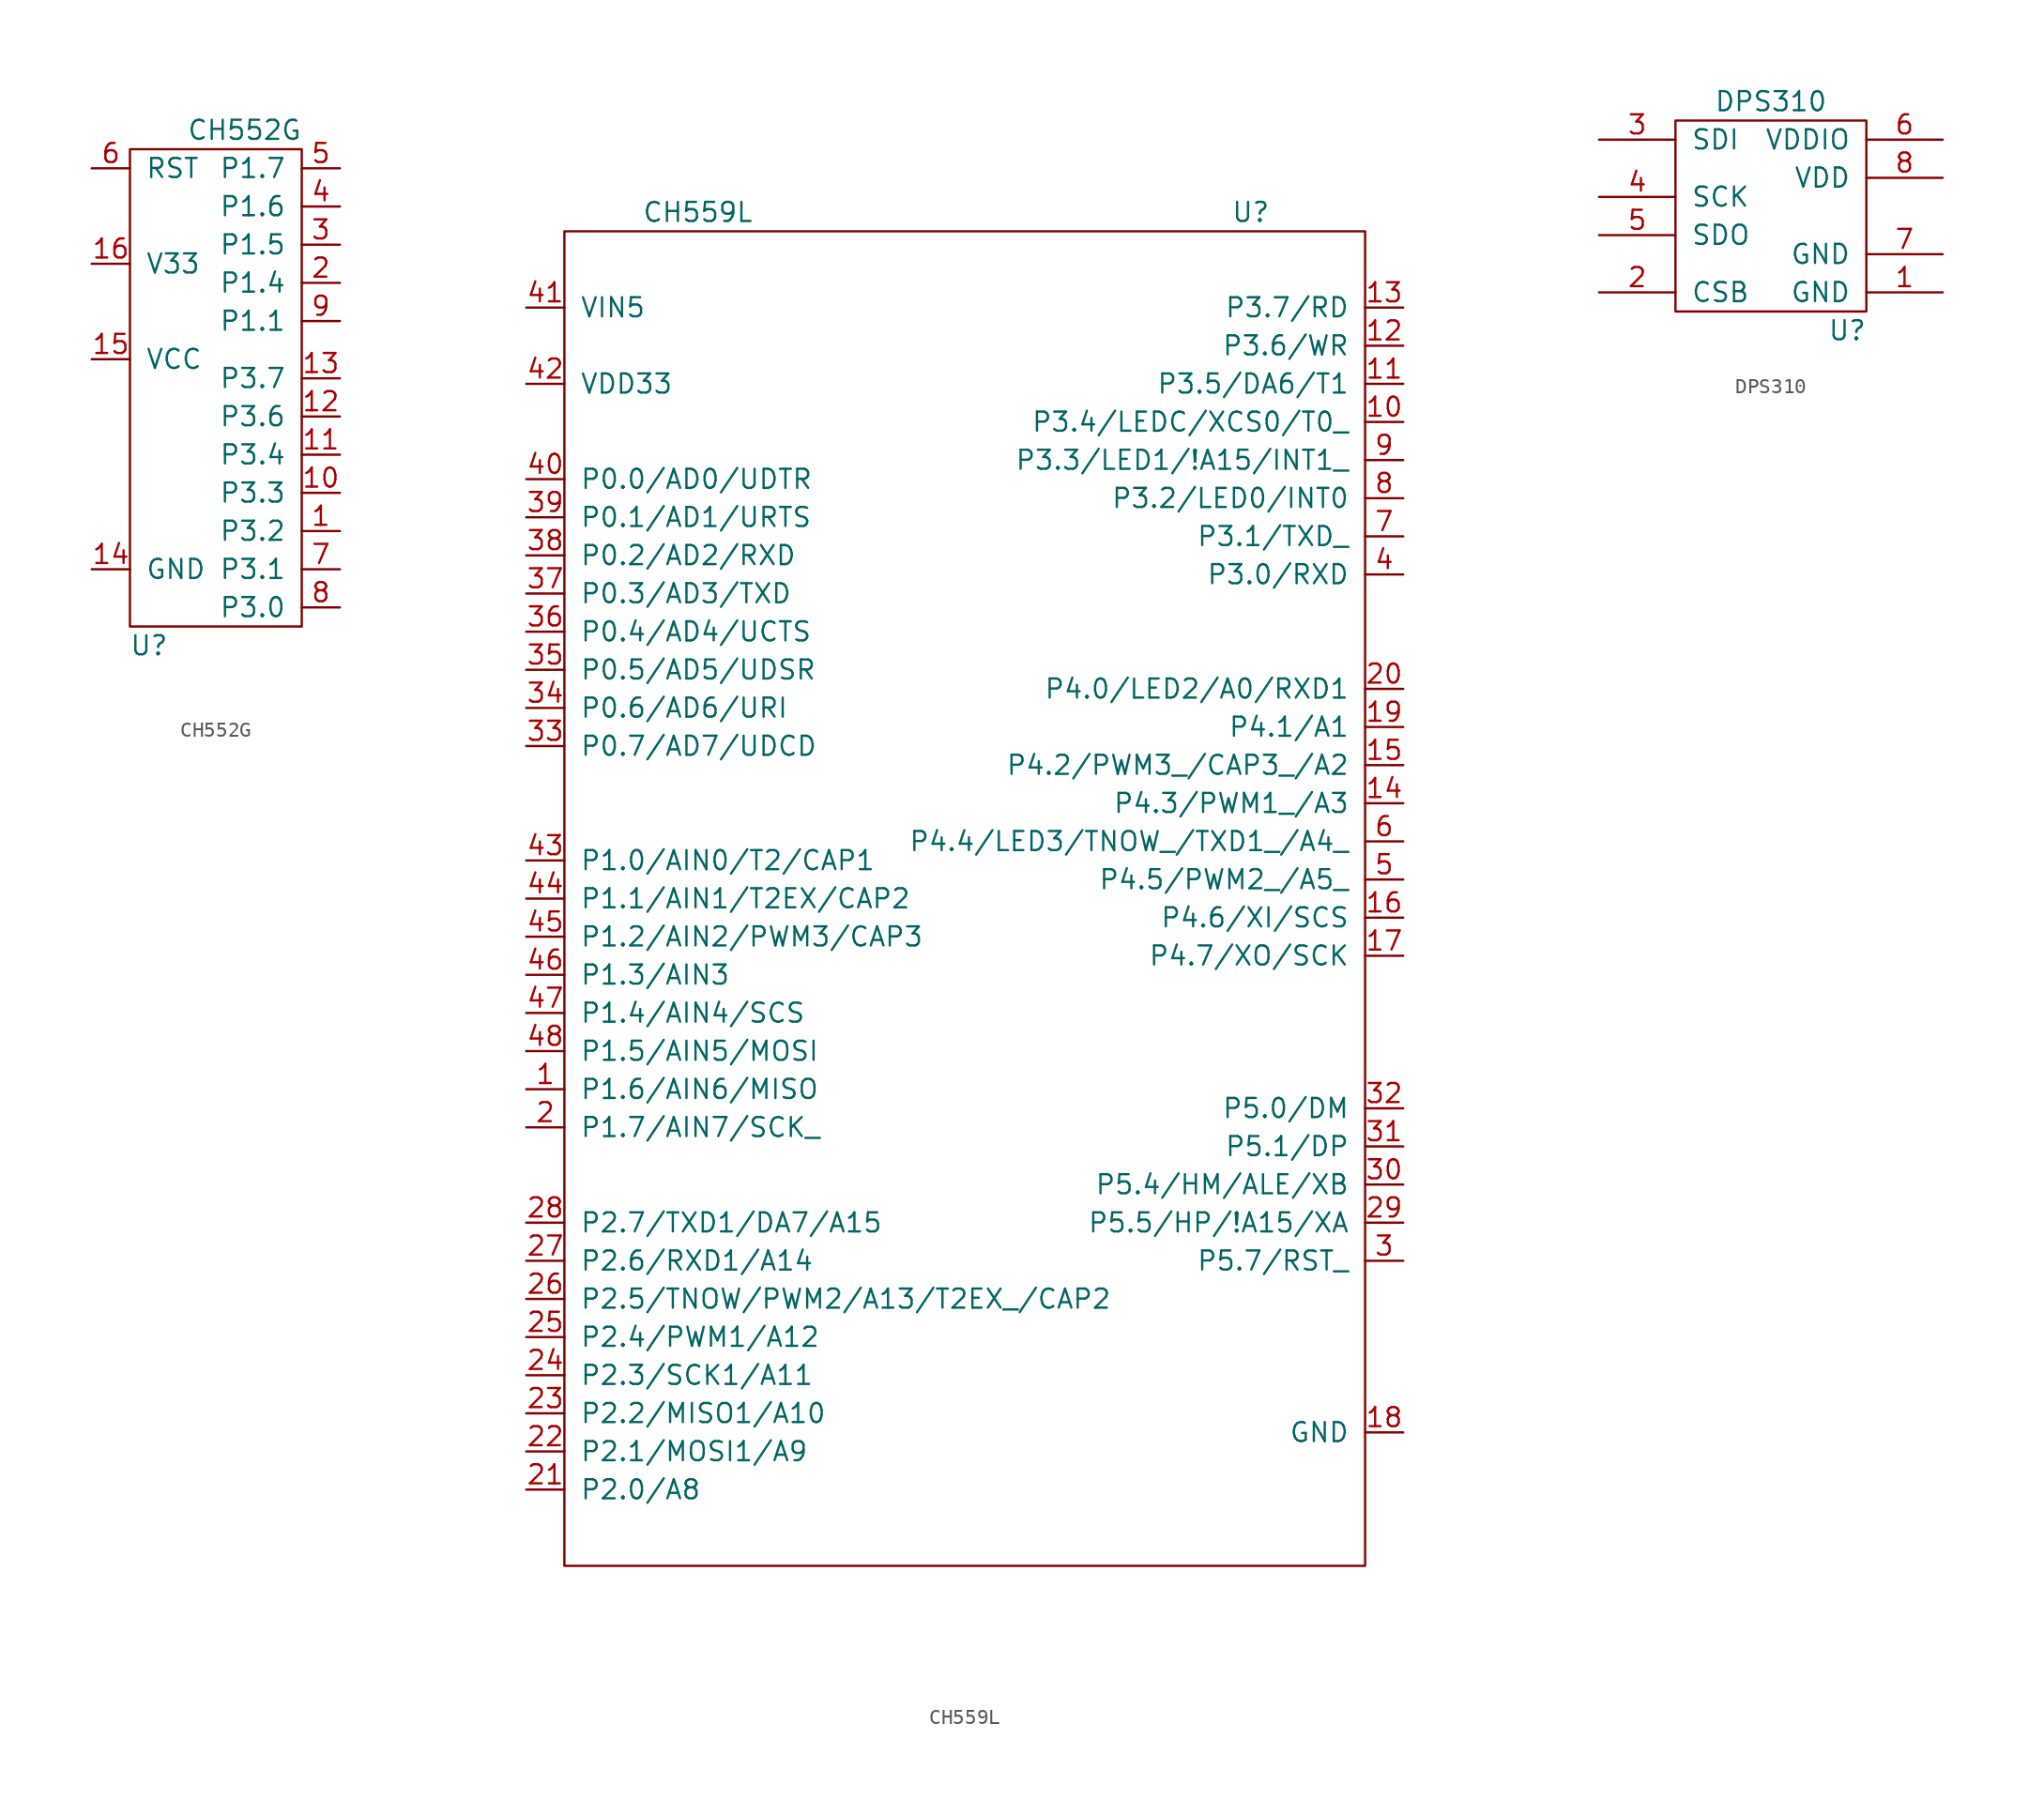
<source format=kicad_sym>
(kicad_symbol_lib
  (version 20211014)
  (generator kicad_symbol_editor)
  (symbol "CH552G"
    (pin_names
      (offset 1.016))
    (property "Reference" "U"
      (at -3.81 -26.67 0)
      (effects (font (size 1.27 1.27))))
    (property "Value" "CH552G"
      (at 2.54 7.62 0)
      (effects (font (size 1.27 1.27))))
    (symbol "CH552G_0_1"
      (rectangle (start -5.08 6.35) (end 6.35 -25.4) (stroke (width 0) (type default) (color 0 0 0 0)) (fill (type none))))
    (symbol "CH552G_1_1"
      (pin input line (at 8.89 -19.05 180) (length 2.54) (name "P3.2" (effects (font (size 1.27 1.27)))) (number "1" (effects (font (size 1.27 1.27)))))
      (pin input line (at 8.89 -16.51 180) (length 2.54) (name "P3.3" (effects (font (size 1.27 1.27)))) (number "10" (effects (font (size 1.27 1.27)))))
      (pin input line (at 8.89 -13.97 180) (length 2.54) (name "P3.4" (effects (font (size 1.27 1.27)))) (number "11" (effects (font (size 1.27 1.27)))))
      (pin input line (at 8.89 -11.43 180) (length 2.54) (name "P3.6" (effects (font (size 1.27 1.27)))) (number "12" (effects (font (size 1.27 1.27)))))
      (pin input line (at 8.89 -8.89 180) (length 2.54) (name "P3.7" (effects (font (size 1.27 1.27)))) (number "13" (effects (font (size 1.27 1.27)))))
      (pin input line (at -7.62 -21.59 0) (length 2.54) (name "GND" (effects (font (size 1.27 1.27)))) (number "14" (effects (font (size 1.27 1.27)))))
      (pin input line (at -7.62 -7.62 0) (length 2.54) (name "VCC" (effects (font (size 1.27 1.27)))) (number "15" (effects (font (size 1.27 1.27)))))
      (pin input line (at -7.62 -1.27 0) (length 2.54) (name "V33" (effects (font (size 1.27 1.27)))) (number "16" (effects (font (size 1.27 1.27)))))
      (pin input line (at 8.89 -2.54 180) (length 2.54) (name "P1.4" (effects (font (size 1.27 1.27)))) (number "2" (effects (font (size 1.27 1.27)))))
      (pin input line (at 8.89 0 180) (length 2.54) (name "P1.5" (effects (font (size 1.27 1.27)))) (number "3" (effects (font (size 1.27 1.27)))))
      (pin input line (at 8.89 2.54 180) (length 2.54) (name "P1.6" (effects (font (size 1.27 1.27)))) (number "4" (effects (font (size 1.27 1.27)))))
      (pin input line (at 8.89 5.08 180) (length 2.54) (name "P1.7" (effects (font (size 1.27 1.27)))) (number "5" (effects (font (size 1.27 1.27)))))
      (pin input line (at -7.62 5.08 0) (length 2.54) (name "RST" (effects (font (size 1.27 1.27)))) (number "6" (effects (font (size 1.27 1.27)))))
      (pin input line (at 8.89 -21.59 180) (length 2.54) (name "P3.1" (effects (font (size 1.27 1.27)))) (number "7" (effects (font (size 1.27 1.27)))))
      (pin input line (at 8.89 -24.13 180) (length 2.54) (name "P3.0" (effects (font (size 1.27 1.27)))) (number "8" (effects (font (size 1.27 1.27)))))
      (pin input line (at 8.89 -5.08 180) (length 2.54) (name "P1.1" (effects (font (size 1.27 1.27)))) (number "9" (effects (font (size 1.27 1.27)))))))
  (symbol "CH559L"
    (pin_names
      (offset 1.016))
    (property "Reference" "U"
      (at 19.05 44.45 0)
      (effects (font (size 1.27 1.27))))
    (property "Value" "CH559L"
      (at -17.78 44.45 0)
      (effects (font (size 1.27 1.27))))
    (symbol "CH559L_0_1"
      (rectangle (start -26.67 43.18) (end 26.67 -45.72) (stroke (width 0) (type default) (color 0 0 0 0)) (fill (type none))))
    (symbol "CH559L_1_1"
      (pin input line (at -29.21 -13.97 0) (length 2.54) (name "P1.6/AIN6/MISO" (effects (font (size 1.27 1.27)))) (number "1" (effects (font (size 1.27 1.27)))))
      (pin input line (at 29.21 30.48 180) (length 2.54) (name "P3.4/LEDC/XCS0/T0_" (effects (font (size 1.27 1.27)))) (number "10" (effects (font (size 1.27 1.27)))))
      (pin input line (at 29.21 33.02 180) (length 2.54) (name "P3.5/DA6/T1" (effects (font (size 1.27 1.27)))) (number "11" (effects (font (size 1.27 1.27)))))
      (pin input line (at 29.21 35.56 180) (length 2.54) (name "P3.6/WR" (effects (font (size 1.27 1.27)))) (number "12" (effects (font (size 1.27 1.27)))))
      (pin input line (at 29.21 38.1 180) (length 2.54) (name "P3.7/RD" (effects (font (size 1.27 1.27)))) (number "13" (effects (font (size 1.27 1.27)))))
      (pin input line (at 29.21 5.08 180) (length 2.54) (name "P4.3/PWM1_/A3" (effects (font (size 1.27 1.27)))) (number "14" (effects (font (size 1.27 1.27)))))
      (pin input line (at 29.21 7.62 180) (length 2.54) (name "P4.2/PWM3_/CAP3_/A2" (effects (font (size 1.27 1.27)))) (number "15" (effects (font (size 1.27 1.27)))))
      (pin input line (at 29.21 -2.54 180) (length 2.54) (name "P4.6/XI/SCS" (effects (font (size 1.27 1.27)))) (number "16" (effects (font (size 1.27 1.27)))))
      (pin input line (at 29.21 -5.08 180) (length 2.54) (name "P4.7/XO/SCK" (effects (font (size 1.27 1.27)))) (number "17" (effects (font (size 1.27 1.27)))))
      (pin input line (at 29.21 -36.83 180) (length 2.54) (name "GND" (effects (font (size 1.27 1.27)))) (number "18" (effects (font (size 1.27 1.27)))))
      (pin input line (at 29.21 10.16 180) (length 2.54) (name "P4.1/A1" (effects (font (size 1.27 1.27)))) (number "19" (effects (font (size 1.27 1.27)))))
      (pin input line (at -29.21 -16.51 0) (length 2.54) (name "P1.7/AIN7/SCK_" (effects (font (size 1.27 1.27)))) (number "2" (effects (font (size 1.27 1.27)))))
      (pin input line (at 29.21 12.7 180) (length 2.54) (name "P4.0/LED2/A0/RXD1" (effects (font (size 1.27 1.27)))) (number "20" (effects (font (size 1.27 1.27)))))
      (pin input line (at -29.21 -40.64 0) (length 2.54) (name "P2.0/A8" (effects (font (size 1.27 1.27)))) (number "21" (effects (font (size 1.27 1.27)))))
      (pin input line (at -29.21 -38.1 0) (length 2.54) (name "P2.1/MOSI1/A9" (effects (font (size 1.27 1.27)))) (number "22" (effects (font (size 1.27 1.27)))))
      (pin input line (at -29.21 -35.56 0) (length 2.54) (name "P2.2/MISO1/A10" (effects (font (size 1.27 1.27)))) (number "23" (effects (font (size 1.27 1.27)))))
      (pin input line (at -29.21 -33.02 0) (length 2.54) (name "P2.3/SCK1/A11" (effects (font (size 1.27 1.27)))) (number "24" (effects (font (size 1.27 1.27)))))
      (pin input line (at -29.21 -30.48 0) (length 2.54) (name "P2.4/PWM1/A12" (effects (font (size 1.27 1.27)))) (number "25" (effects (font (size 1.27 1.27)))))
      (pin input line (at -29.21 -27.94 0) (length 2.54) (name "P2.5/TNOW/PWM2/A13/T2EX_/CAP2" (effects (font (size 1.27 1.27)))) (number "26" (effects (font (size 1.27 1.27)))))
      (pin input line (at -29.21 -25.4 0) (length 2.54) (name "P2.6/RXD1/A14" (effects (font (size 1.27 1.27)))) (number "27" (effects (font (size 1.27 1.27)))))
      (pin input line (at -29.21 -22.86 0) (length 2.54) (name "P2.7/TXD1/DA7/A15" (effects (font (size 1.27 1.27)))) (number "28" (effects (font (size 1.27 1.27)))))
      (pin input line (at 29.21 -22.86 180) (length 2.54) (name "P5.5/HP/!A15/XA" (effects (font (size 1.27 1.27)))) (number "29" (effects (font (size 1.27 1.27)))))
      (pin input line (at 29.21 -25.4 180) (length 2.54) (name "P5.7/RST_" (effects (font (size 1.27 1.27)))) (number "3" (effects (font (size 1.27 1.27)))))
      (pin input line (at 29.21 -20.32 180) (length 2.54) (name "P5.4/HM/ALE/XB" (effects (font (size 1.27 1.27)))) (number "30" (effects (font (size 1.27 1.27)))))
      (pin input line (at 29.21 -17.78 180) (length 2.54) (name "P5.1/DP" (effects (font (size 1.27 1.27)))) (number "31" (effects (font (size 1.27 1.27)))))
      (pin input line (at 29.21 -15.24 180) (length 2.54) (name "P5.0/DM" (effects (font (size 1.27 1.27)))) (number "32" (effects (font (size 1.27 1.27)))))
      (pin input line (at -29.21 8.89 0) (length 2.54) (name "P0.7/AD7/UDCD" (effects (font (size 1.27 1.27)))) (number "33" (effects (font (size 1.27 1.27)))))
      (pin input line (at -29.21 11.43 0) (length 2.54) (name "P0.6/AD6/URI" (effects (font (size 1.27 1.27)))) (number "34" (effects (font (size 1.27 1.27)))))
      (pin input line (at -29.21 13.97 0) (length 2.54) (name "P0.5/AD5/UDSR" (effects (font (size 1.27 1.27)))) (number "35" (effects (font (size 1.27 1.27)))))
      (pin input line (at -29.21 16.51 0) (length 2.54) (name "P0.4/AD4/UCTS" (effects (font (size 1.27 1.27)))) (number "36" (effects (font (size 1.27 1.27)))))
      (pin input line (at -29.21 19.05 0) (length 2.54) (name "P0.3/AD3/TXD" (effects (font (size 1.27 1.27)))) (number "37" (effects (font (size 1.27 1.27)))))
      (pin input line (at -29.21 21.59 0) (length 2.54) (name "P0.2/AD2/RXD" (effects (font (size 1.27 1.27)))) (number "38" (effects (font (size 1.27 1.27)))))
      (pin input line (at -29.21 24.13 0) (length 2.54) (name "P0.1/AD1/URTS" (effects (font (size 1.27 1.27)))) (number "39" (effects (font (size 1.27 1.27)))))
      (pin input line (at 29.21 20.32 180) (length 2.54) (name "P3.0/RXD" (effects (font (size 1.27 1.27)))) (number "4" (effects (font (size 1.27 1.27)))))
      (pin input line (at -29.21 26.67 0) (length 2.54) (name "P0.0/AD0/UDTR" (effects (font (size 1.27 1.27)))) (number "40" (effects (font (size 1.27 1.27)))))
      (pin input line (at -29.21 38.1 0) (length 2.54) (name "VIN5" (effects (font (size 1.27 1.27)))) (number "41" (effects (font (size 1.27 1.27)))))
      (pin input line (at -29.21 33.02 0) (length 2.54) (name "VDD33" (effects (font (size 1.27 1.27)))) (number "42" (effects (font (size 1.27 1.27)))))
      (pin input line (at -29.21 1.27 0) (length 2.54) (name "P1.0/AIN0/T2/CAP1" (effects (font (size 1.27 1.27)))) (number "43" (effects (font (size 1.27 1.27)))))
      (pin input line (at -29.21 -1.27 0) (length 2.54) (name "P1.1/AIN1/T2EX/CAP2" (effects (font (size 1.27 1.27)))) (number "44" (effects (font (size 1.27 1.27)))))
      (pin input line (at -29.21 -3.81 0) (length 2.54) (name "P1.2/AIN2/PWM3/CAP3" (effects (font (size 1.27 1.27)))) (number "45" (effects (font (size 1.27 1.27)))))
      (pin input line (at -29.21 -6.35 0) (length 2.54) (name "P1.3/AIN3" (effects (font (size 1.27 1.27)))) (number "46" (effects (font (size 1.27 1.27)))))
      (pin input line (at -29.21 -8.89 0) (length 2.54) (name "P1.4/AIN4/SCS" (effects (font (size 1.27 1.27)))) (number "47" (effects (font (size 1.27 1.27)))))
      (pin input line (at -29.21 -11.43 0) (length 2.54) (name "P1.5/AIN5/MOSI" (effects (font (size 1.27 1.27)))) (number "48" (effects (font (size 1.27 1.27)))))
      (pin input line (at 29.21 0 180) (length 2.54) (name "P4.5/PWM2_/A5_" (effects (font (size 1.27 1.27)))) (number "5" (effects (font (size 1.27 1.27)))))
      (pin input line (at 29.21 2.54 180) (length 2.54) (name "P4.4/LED3/TNOW_/TXD1_/A4_" (effects (font (size 1.27 1.27)))) (number "6" (effects (font (size 1.27 1.27)))))
      (pin input line (at 29.21 22.86 180) (length 2.54) (name "P3.1/TXD_" (effects (font (size 1.27 1.27)))) (number "7" (effects (font (size 1.27 1.27)))))
      (pin input line (at 29.21 25.4 180) (length 2.54) (name "P3.2/LED0/INT0" (effects (font (size 1.27 1.27)))) (number "8" (effects (font (size 1.27 1.27)))))
      (pin input line (at 29.21 27.94 180) (length 2.54) (name "P3.3/LED1/!A15/INT1_" (effects (font (size 1.27 1.27)))) (number "9" (effects (font (size 1.27 1.27)))))))
  (symbol "DPS310"
    (pin_names
      (offset 1.016))
    (property "Reference" "U"
      (at 5.08 -10.16 0)
      (effects (font (size 1.27 1.27))))
    (property "Value" "DPS310"
      (at 0 5.08 0)
      (effects (font (size 1.27 1.27))))
    (symbol "DPS310_0_1"
      (rectangle (start -6.35 3.81) (end 6.35 -8.89) (stroke (width 0) (type default) (color 0 0 0 0)) (fill (type none))))
    (symbol "DPS310_1_1"
      (pin input line (at 11.43 -7.62 180) (length 5.08) (name "GND" (effects (font (size 1.27 1.27)))) (number "1" (effects (font (size 1.27 1.27)))))
      (pin input line (at -11.43 -7.62 0) (length 5.08) (name "CSB" (effects (font (size 1.27 1.27)))) (number "2" (effects (font (size 1.27 1.27)))))
      (pin input line (at -11.43 2.54 0) (length 5.08) (name "SDI" (effects (font (size 1.27 1.27)))) (number "3" (effects (font (size 1.27 1.27)))))
      (pin input line (at -11.43 -1.27 0) (length 5.08) (name "SCK" (effects (font (size 1.27 1.27)))) (number "4" (effects (font (size 1.27 1.27)))))
      (pin input line (at -11.43 -3.81 0) (length 5.08) (name "SDO" (effects (font (size 1.27 1.27)))) (number "5" (effects (font (size 1.27 1.27)))))
      (pin input line (at 11.43 2.54 180) (length 5.08) (name "VDDIO" (effects (font (size 1.27 1.27)))) (number "6" (effects (font (size 1.27 1.27)))))
      (pin input line (at 11.43 -5.08 180) (length 5.08) (name "GND" (effects (font (size 1.27 1.27)))) (number "7" (effects (font (size 1.27 1.27)))))
      (pin input line (at 11.43 0 180) (length 5.08) (name "VDD" (effects (font (size 1.27 1.27)))) (number "8" (effects (font (size 1.27 1.27))))))))
</source>
